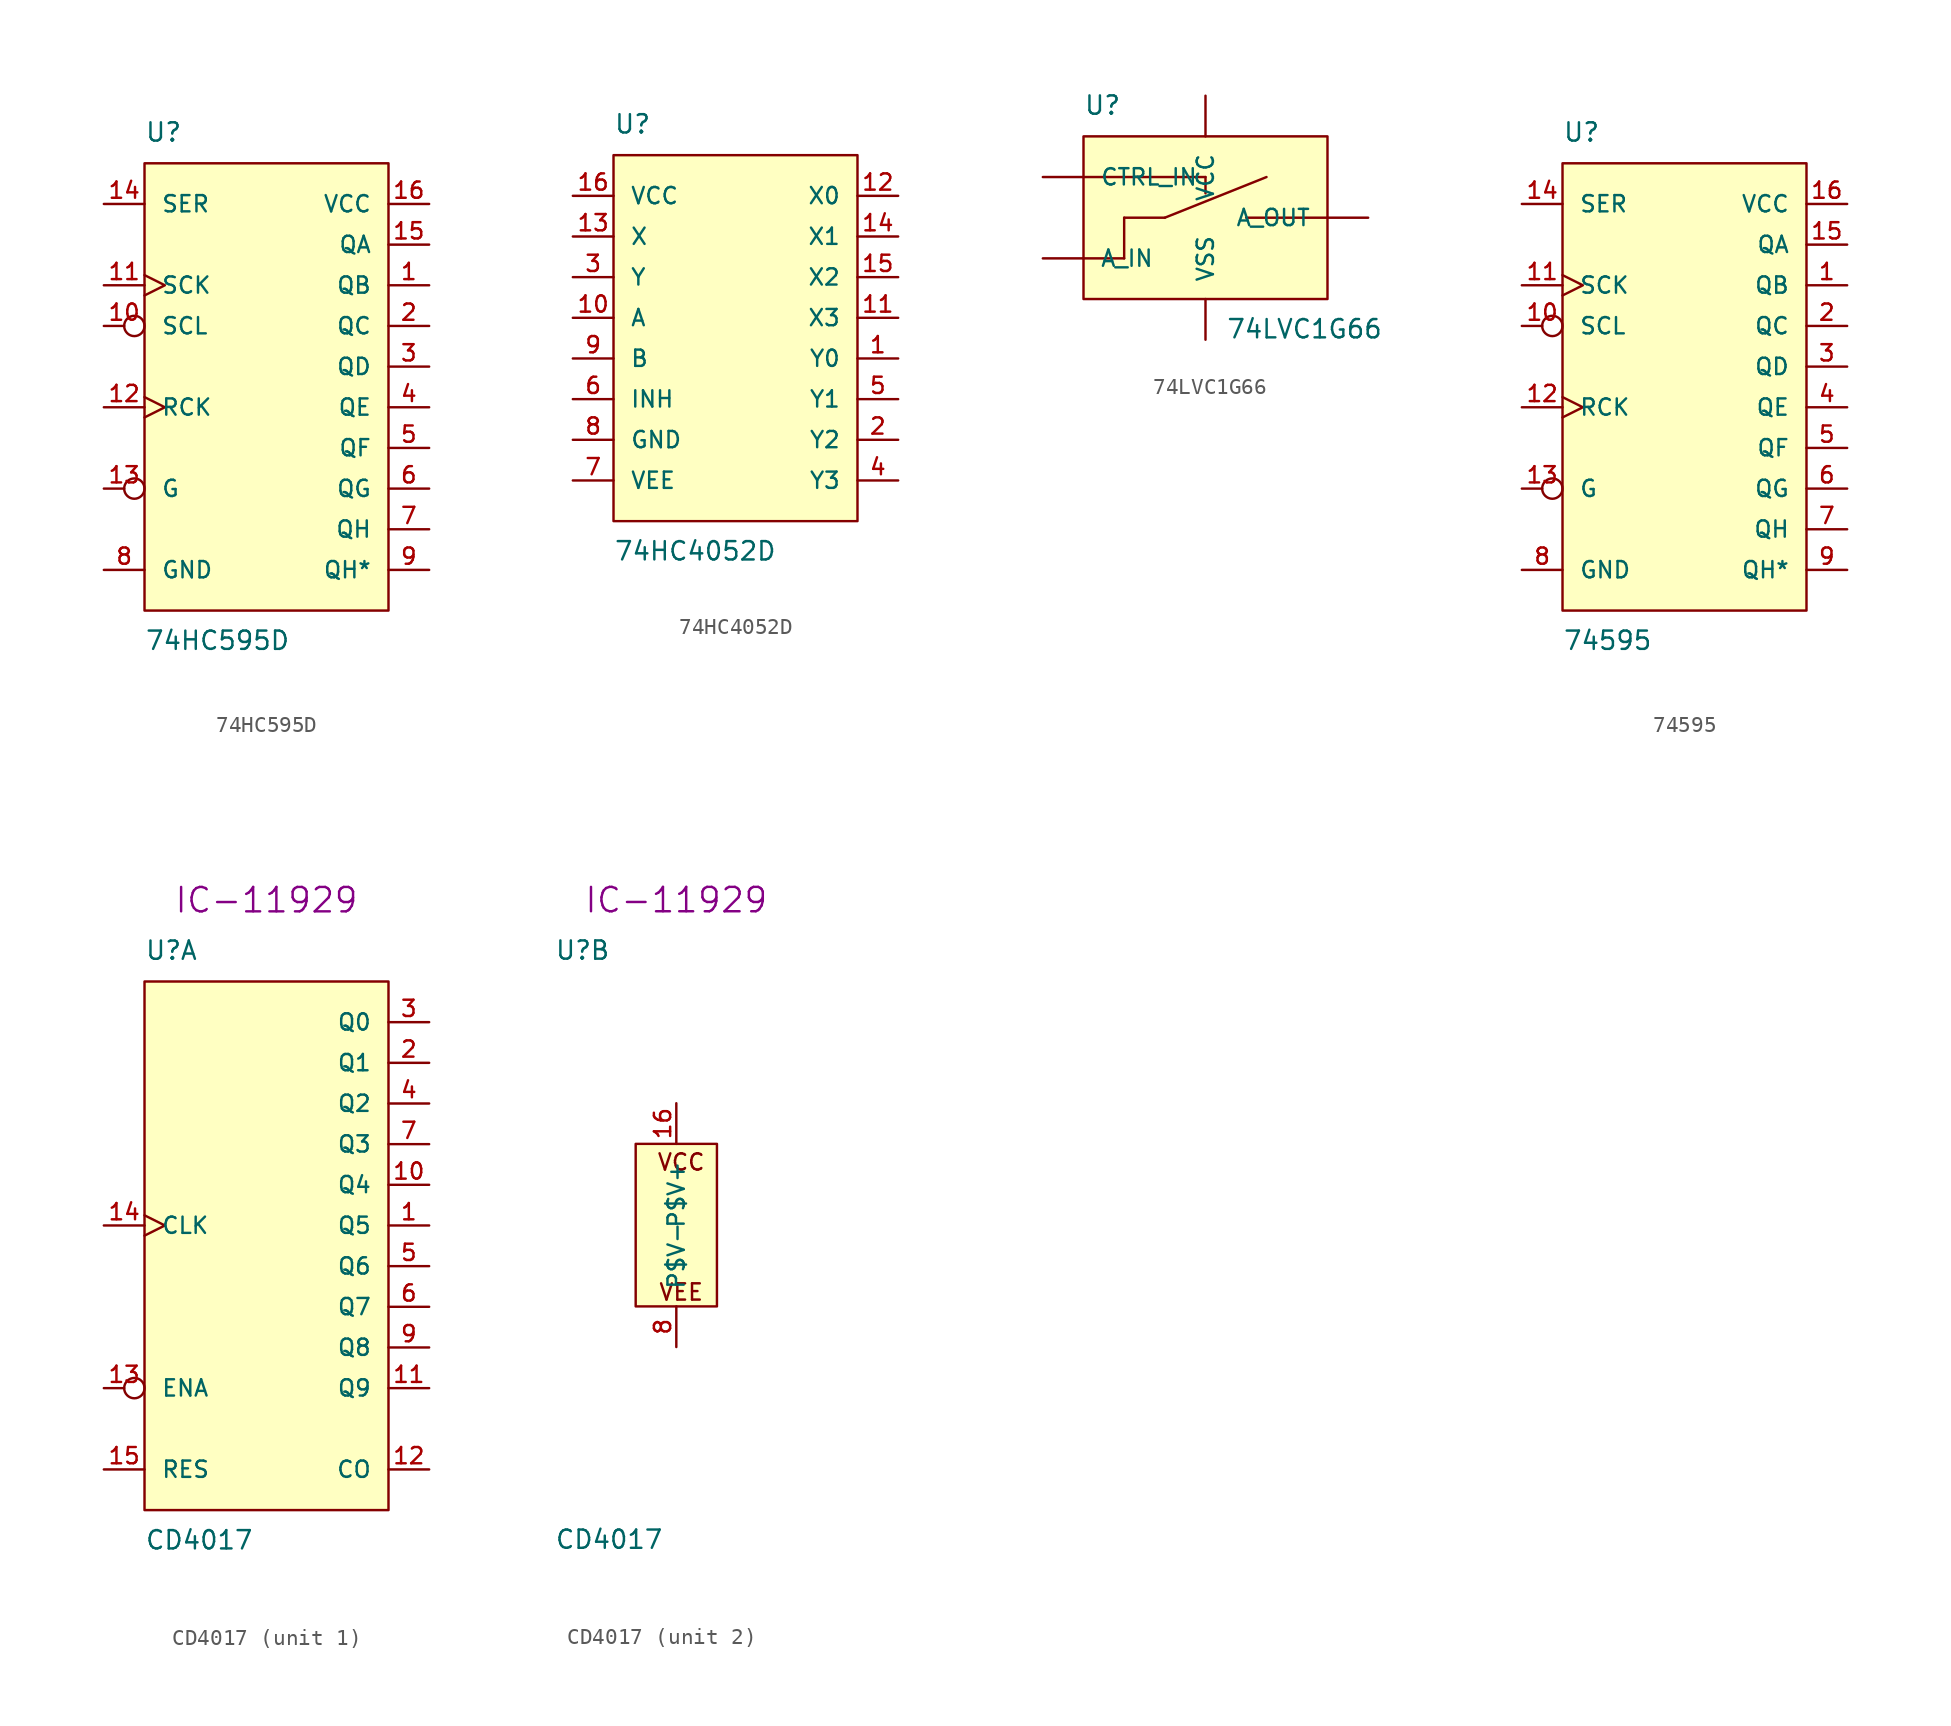
<source format=kicad_sym>
(kicad_symbol_lib
  (version 20211014)
  (generator kicad_symbol_editor)
  (symbol "74HC595D"
    (pin_names
      (offset 1.016))
    (property "Reference" "U"
      (at -7.62 15.24 0)
      (effects (font (size 1.143 1.143)) (justify left bottom)))
    (property "Value" "74HC595D"
      (at -7.62 -16.51 0)
      (effects (font (size 1.143 1.143)) (justify left bottom)))
    (property "ki_locked" ""
      (at 0 0 0)
      (effects (font (size 1.27 1.27))))
    (symbol "74HC595D_1_1"
      (polyline (pts (xy -7.62 -13.97) (xy 7.62 -13.97) (xy 7.62 13.97) (xy -7.62 13.97) (xy -7.62 -13.97)) (stroke (width 0) (type default) (color 0 0 0 0)) (fill (type background)))
      (pin tri_state line (at 10.16 6.35 180) (length 2.54) (name "QB" (effects (font (size 1.016 1.016)))) (number "1" (effects (font (size 1.016 1.016)))))
      (pin input inverted (at -10.16 3.81 0) (length 2.54) (name "SCL" (effects (font (size 1.016 1.016)))) (number "10" (effects (font (size 1.016 1.016)))))
      (pin input clock (at -10.16 6.35 0) (length 2.54) (name "SCK" (effects (font (size 1.016 1.016)))) (number "11" (effects (font (size 1.016 1.016)))))
      (pin input clock (at -10.16 -1.27 0) (length 2.54) (name "RCK" (effects (font (size 1.016 1.016)))) (number "12" (effects (font (size 1.016 1.016)))))
      (pin input inverted (at -10.16 -6.35 0) (length 2.54) (name "G" (effects (font (size 1.016 1.016)))) (number "13" (effects (font (size 1.016 1.016)))))
      (pin input line (at -10.16 11.43 0) (length 2.54) (name "SER" (effects (font (size 1.016 1.016)))) (number "14" (effects (font (size 1.016 1.016)))))
      (pin tri_state line (at 10.16 8.89 180) (length 2.54) (name "QA" (effects (font (size 1.016 1.016)))) (number "15" (effects (font (size 1.016 1.016)))))
      (pin power_in line (at 10.16 11.43 180) (length 2.54) (name "VCC" (effects (font (size 1.016 1.016)))) (number "16" (effects (font (size 1.016 1.016)))))
      (pin tri_state line (at 10.16 3.81 180) (length 2.54) (name "QC" (effects (font (size 1.016 1.016)))) (number "2" (effects (font (size 1.016 1.016)))))
      (pin tri_state line (at 10.16 1.27 180) (length 2.54) (name "QD" (effects (font (size 1.016 1.016)))) (number "3" (effects (font (size 1.016 1.016)))))
      (pin tri_state line (at 10.16 -1.27 180) (length 2.54) (name "QE" (effects (font (size 1.016 1.016)))) (number "4" (effects (font (size 1.016 1.016)))))
      (pin tri_state line (at 10.16 -3.81 180) (length 2.54) (name "QF" (effects (font (size 1.016 1.016)))) (number "5" (effects (font (size 1.016 1.016)))))
      (pin tri_state line (at 10.16 -6.35 180) (length 2.54) (name "QG" (effects (font (size 1.016 1.016)))) (number "6" (effects (font (size 1.016 1.016)))))
      (pin tri_state line (at 10.16 -8.89 180) (length 2.54) (name "QH" (effects (font (size 1.016 1.016)))) (number "7" (effects (font (size 1.016 1.016)))))
      (pin power_in line (at -10.16 -11.43 0) (length 2.54) (name "GND" (effects (font (size 1.016 1.016)))) (number "8" (effects (font (size 1.016 1.016)))))
      (pin tri_state line (at 10.16 -11.43 180) (length 2.54) (name "QH*" (effects (font (size 1.016 1.016)))) (number "9" (effects (font (size 1.016 1.016)))))))
  (symbol "74HC4052D"
    (pin_names
      (offset 1.016))
    (property "Reference" "U"
      (at -7.62 12.7 0)
      (effects (font (size 1.143 1.143)) (justify left bottom)))
    (property "Value" "74HC4052D"
      (at -7.62 -13.97 0)
      (effects (font (size 1.143 1.143)) (justify left bottom)))
    (property "ki_locked" ""
      (at 0 0 0)
      (effects (font (size 1.27 1.27))))
    (symbol "74HC4052D_1_1"
      (polyline (pts (xy -7.62 -11.43) (xy 7.62 -11.43) (xy 7.62 11.43) (xy -7.62 11.43) (xy -7.62 -11.43)) (stroke (width 0) (type default) (color 0 0 0 0)) (fill (type background)))
      (pin bidirectional line (at 10.16 -1.27 180) (length 2.54) (name "Y0" (effects (font (size 1.016 1.016)))) (number "1" (effects (font (size 1.016 1.016)))))
      (pin input line (at -10.16 1.27 0) (length 2.54) (name "A" (effects (font (size 1.016 1.016)))) (number "10" (effects (font (size 1.016 1.016)))))
      (pin bidirectional line (at 10.16 1.27 180) (length 2.54) (name "X3" (effects (font (size 1.016 1.016)))) (number "11" (effects (font (size 1.016 1.016)))))
      (pin bidirectional line (at 10.16 8.89 180) (length 2.54) (name "X0" (effects (font (size 1.016 1.016)))) (number "12" (effects (font (size 1.016 1.016)))))
      (pin bidirectional line (at -10.16 6.35 0) (length 2.54) (name "X" (effects (font (size 1.016 1.016)))) (number "13" (effects (font (size 1.016 1.016)))))
      (pin bidirectional line (at 10.16 6.35 180) (length 2.54) (name "X1" (effects (font (size 1.016 1.016)))) (number "14" (effects (font (size 1.016 1.016)))))
      (pin bidirectional line (at 10.16 3.81 180) (length 2.54) (name "X2" (effects (font (size 1.016 1.016)))) (number "15" (effects (font (size 1.016 1.016)))))
      (pin power_in line (at -10.16 8.89 0) (length 2.54) (name "VCC" (effects (font (size 1.016 1.016)))) (number "16" (effects (font (size 1.016 1.016)))))
      (pin bidirectional line (at 10.16 -6.35 180) (length 2.54) (name "Y2" (effects (font (size 1.016 1.016)))) (number "2" (effects (font (size 1.016 1.016)))))
      (pin bidirectional line (at -10.16 3.81 0) (length 2.54) (name "Y" (effects (font (size 1.016 1.016)))) (number "3" (effects (font (size 1.016 1.016)))))
      (pin bidirectional line (at 10.16 -8.89 180) (length 2.54) (name "Y3" (effects (font (size 1.016 1.016)))) (number "4" (effects (font (size 1.016 1.016)))))
      (pin bidirectional line (at 10.16 -3.81 180) (length 2.54) (name "Y1" (effects (font (size 1.016 1.016)))) (number "5" (effects (font (size 1.016 1.016)))))
      (pin input line (at -10.16 -3.81 0) (length 2.54) (name "INH" (effects (font (size 1.016 1.016)))) (number "6" (effects (font (size 1.016 1.016)))))
      (pin power_in line (at -10.16 -8.89 0) (length 2.54) (name "VEE" (effects (font (size 1.016 1.016)))) (number "7" (effects (font (size 1.016 1.016)))))
      (pin power_in line (at -10.16 -6.35 0) (length 2.54) (name "GND" (effects (font (size 1.016 1.016)))) (number "8" (effects (font (size 1.016 1.016)))))
      (pin input line (at -10.16 -1.27 0) (length 2.54) (name "B" (effects (font (size 1.016 1.016)))) (number "9" (effects (font (size 1.016 1.016)))))))
  (symbol "74LVC1G66"
    (pin_numbers hide)
    (pin_names
      (offset 1.016))
    (property "Reference" "U"
      (at -7.62 6.35 0)
      (effects (font (size 1.143 1.143)) (justify left bottom)))
    (property "Value" "74LVC1G66"
      (at 1.27 -7.62 0)
      (effects (font (size 1.143 1.143)) (justify left bottom)))
    (property "ki_locked" ""
      (at 0 0 0)
      (effects (font (size 1.27 1.27))))
    (symbol "74LVC1G66_1_0"
      (polyline (pts (xy -7.62 -2.54) (xy -5.08 -2.54)) (stroke (width 0) (type default) (color 0 0 0 0)) (fill (type none)))
      (polyline (pts (xy -7.62 2.54) (xy 0 2.54)) (stroke (width 0) (type default) (color 0 0 0 0)) (fill (type none)))
      (polyline (pts (xy -5.08 -2.54) (xy -5.08 0)) (stroke (width 0) (type default) (color 0 0 0 0)) (fill (type none)))
      (polyline (pts (xy -5.08 0) (xy -2.54 0)) (stroke (width 0) (type default) (color 0 0 0 0)) (fill (type none)))
      (polyline (pts (xy -2.54 0) (xy 3.81 2.54)) (stroke (width 0) (type default) (color 0 0 0 0)) (fill (type none)))
      (polyline (pts (xy 0 2.54) (xy 0 1.524)) (stroke (width 0) (type default) (color 0 0 0 0)) (fill (type none)))
      (polyline (pts (xy 7.62 0) (xy 2.54 0)) (stroke (width 0) (type default) (color 0 0 0 0)) (fill (type none))))
    (symbol "74LVC1G66_1_1"
      (polyline (pts (xy -7.62 -5.08) (xy -7.62 -2.54) (xy -7.62 2.54) (xy -7.62 5.08) (xy 7.62 5.08) (xy 7.62 0) (xy 7.62 -5.08) (xy -7.62 -5.08)) (stroke (width 0) (type default) (color 0 0 0 0)) (fill (type background)))
      (pin bidirectional line (at -10.16 -2.54 0) (length 2.54) (name "A_IN" (effects (font (size 1.016 1.016)))) (number "1" (effects (font (size 1.016 1.016)))))
      (pin bidirectional line (at 10.16 0 180) (length 2.54) (name "A_OUT" (effects (font (size 1.016 1.016)))) (number "2" (effects (font (size 1.016 1.016)))))
      (pin bidirectional line (at 0 -7.62 90) (length 2.54) (name "VSS" (effects (font (size 1.016 1.016)))) (number "3" (effects (font (size 1.016 1.016)))))
      (pin bidirectional line (at -10.16 2.54 0) (length 2.54) (name "CTRL_IN" (effects (font (size 1.016 1.016)))) (number "4" (effects (font (size 1.016 1.016)))))
      (pin bidirectional line (at 0 7.62 270) (length 2.54) (name "VCC" (effects (font (size 1.016 1.016)))) (number "5" (effects (font (size 1.016 1.016)))))))
  (symbol "74595"
    (pin_names
      (offset 1.016))
    (property "Reference" "U"
      (at -7.62 15.24 0)
      (effects (font (size 1.143 1.143)) (justify left bottom)))
    (property "Value" "74595"
      (at -7.62 -16.51 0)
      (effects (font (size 1.143 1.143)) (justify left bottom)))
    (property "ki_locked" ""
      (at 0 0 0)
      (effects (font (size 1.27 1.27))))
    (symbol "74595_1_1"
      (polyline (pts (xy -7.62 -13.97) (xy 7.62 -13.97) (xy 7.62 13.97) (xy -7.62 13.97) (xy -7.62 -13.97)) (stroke (width 0) (type default) (color 0 0 0 0)) (fill (type background)))
      (pin tri_state line (at 10.16 6.35 180) (length 2.54) (name "QB" (effects (font (size 1.016 1.016)))) (number "1" (effects (font (size 1.016 1.016)))))
      (pin input inverted (at -10.16 3.81 0) (length 2.54) (name "SCL" (effects (font (size 1.016 1.016)))) (number "10" (effects (font (size 1.016 1.016)))))
      (pin input clock (at -10.16 6.35 0) (length 2.54) (name "SCK" (effects (font (size 1.016 1.016)))) (number "11" (effects (font (size 1.016 1.016)))))
      (pin input clock (at -10.16 -1.27 0) (length 2.54) (name "RCK" (effects (font (size 1.016 1.016)))) (number "12" (effects (font (size 1.016 1.016)))))
      (pin input inverted (at -10.16 -6.35 0) (length 2.54) (name "G" (effects (font (size 1.016 1.016)))) (number "13" (effects (font (size 1.016 1.016)))))
      (pin input line (at -10.16 11.43 0) (length 2.54) (name "SER" (effects (font (size 1.016 1.016)))) (number "14" (effects (font (size 1.016 1.016)))))
      (pin tri_state line (at 10.16 8.89 180) (length 2.54) (name "QA" (effects (font (size 1.016 1.016)))) (number "15" (effects (font (size 1.016 1.016)))))
      (pin power_in line (at 10.16 11.43 180) (length 2.54) (name "VCC" (effects (font (size 1.016 1.016)))) (number "16" (effects (font (size 1.016 1.016)))))
      (pin tri_state line (at 10.16 3.81 180) (length 2.54) (name "QC" (effects (font (size 1.016 1.016)))) (number "2" (effects (font (size 1.016 1.016)))))
      (pin tri_state line (at 10.16 1.27 180) (length 2.54) (name "QD" (effects (font (size 1.016 1.016)))) (number "3" (effects (font (size 1.016 1.016)))))
      (pin tri_state line (at 10.16 -1.27 180) (length 2.54) (name "QE" (effects (font (size 1.016 1.016)))) (number "4" (effects (font (size 1.016 1.016)))))
      (pin tri_state line (at 10.16 -3.81 180) (length 2.54) (name "QF" (effects (font (size 1.016 1.016)))) (number "5" (effects (font (size 1.016 1.016)))))
      (pin tri_state line (at 10.16 -6.35 180) (length 2.54) (name "QG" (effects (font (size 1.016 1.016)))) (number "6" (effects (font (size 1.016 1.016)))))
      (pin tri_state line (at 10.16 -8.89 180) (length 2.54) (name "QH" (effects (font (size 1.016 1.016)))) (number "7" (effects (font (size 1.016 1.016)))))
      (pin power_in line (at -10.16 -11.43 0) (length 2.54) (name "GND" (effects (font (size 1.016 1.016)))) (number "8" (effects (font (size 1.016 1.016)))))
      (pin tri_state line (at 10.16 -11.43 180) (length 2.54) (name "QH*" (effects (font (size 1.016 1.016)))) (number "9" (effects (font (size 1.016 1.016)))))))
  (symbol "CD4017"
    (pin_names
      (offset 1.016))
    (property "Reference" "U"
      (at -7.62 16.51 0)
      (effects (font (size 1.143 1.143)) (justify left bottom)))
    (property "Value" "CD4017"
      (at -7.62 -20.32 0)
      (effects (font (size 1.143 1.143)) (justify left bottom)))
    (property "PROD_ID" "IC-11929"
      (at 0 20.32 0)
      (effects (font (size 1.524 1.524))))
    (property "ki_locked" ""
      (at 0 0 0)
      (effects (font (size 1.27 1.27))))
    (symbol "CD4017_1_1"
      (polyline (pts (xy -7.62 -17.78) (xy 7.62 -17.78) (xy 7.62 15.24) (xy -7.62 15.24) (xy -7.62 -17.78)) (stroke (width 0) (type default) (color 0 0 0 0)) (fill (type background)))
      (pin output line (at 10.16 0 180) (length 2.54) (name "Q5" (effects (font (size 1.016 1.016)))) (number "1" (effects (font (size 1.016 1.016)))))
      (pin output line (at 10.16 2.54 180) (length 2.54) (name "Q4" (effects (font (size 1.016 1.016)))) (number "10" (effects (font (size 1.016 1.016)))))
      (pin output line (at 10.16 -10.16 180) (length 2.54) (name "Q9" (effects (font (size 1.016 1.016)))) (number "11" (effects (font (size 1.016 1.016)))))
      (pin output line (at 10.16 -15.24 180) (length 2.54) (name "CO" (effects (font (size 1.016 1.016)))) (number "12" (effects (font (size 1.016 1.016)))))
      (pin input inverted (at -10.16 -10.16 0) (length 2.54) (name "ENA" (effects (font (size 1.016 1.016)))) (number "13" (effects (font (size 1.016 1.016)))))
      (pin input clock (at -10.16 0 0) (length 2.54) (name "CLK" (effects (font (size 1.016 1.016)))) (number "14" (effects (font (size 1.016 1.016)))))
      (pin input line (at -10.16 -15.24 0) (length 2.54) (name "RES" (effects (font (size 1.016 1.016)))) (number "15" (effects (font (size 1.016 1.016)))))
      (pin output line (at 10.16 10.16 180) (length 2.54) (name "Q1" (effects (font (size 1.016 1.016)))) (number "2" (effects (font (size 1.016 1.016)))))
      (pin output line (at 10.16 12.7 180) (length 2.54) (name "Q0" (effects (font (size 1.016 1.016)))) (number "3" (effects (font (size 1.016 1.016)))))
      (pin output line (at 10.16 7.62 180) (length 2.54) (name "Q2" (effects (font (size 1.016 1.016)))) (number "4" (effects (font (size 1.016 1.016)))))
      (pin output line (at 10.16 -2.54 180) (length 2.54) (name "Q6" (effects (font (size 1.016 1.016)))) (number "5" (effects (font (size 1.016 1.016)))))
      (pin output line (at 10.16 -5.08 180) (length 2.54) (name "Q7" (effects (font (size 1.016 1.016)))) (number "6" (effects (font (size 1.016 1.016)))))
      (pin output line (at 10.16 5.08 180) (length 2.54) (name "Q3" (effects (font (size 1.016 1.016)))) (number "7" (effects (font (size 1.016 1.016)))))
      (pin output line (at 10.16 -7.62 180) (length 2.54) (name "Q8" (effects (font (size 1.016 1.016)))) (number "9" (effects (font (size 1.016 1.016))))))
    (symbol "CD4017_2_0"
      (text "VCC" (at 0.305 3.937 0) (effects (font (size 1.016 1.016))))
      (text "VEE" (at 0.305 -4.191 0) (effects (font (size 1.016 1.016)))))
    (symbol "CD4017_2_1"
      (polyline (pts (xy -2.54 5.08) (xy 2.54 5.08) (xy 2.54 -5.08) (xy -2.54 -5.08) (xy -2.54 5.08)) (stroke (width 0) (type default) (color 0 0 0 0)) (fill (type background)))
      (pin bidirectional line (at 0 7.62 270) (length 2.54) (name "P$V+" (effects (font (size 1.016 1.016)))) (number "16" (effects (font (size 1.016 1.016)))))
      (pin bidirectional line (at 0 -7.62 90) (length 2.54) (name "P$V-" (effects (font (size 1.016 1.016)))) (number "8" (effects (font (size 1.016 1.016))))))))
</source>
